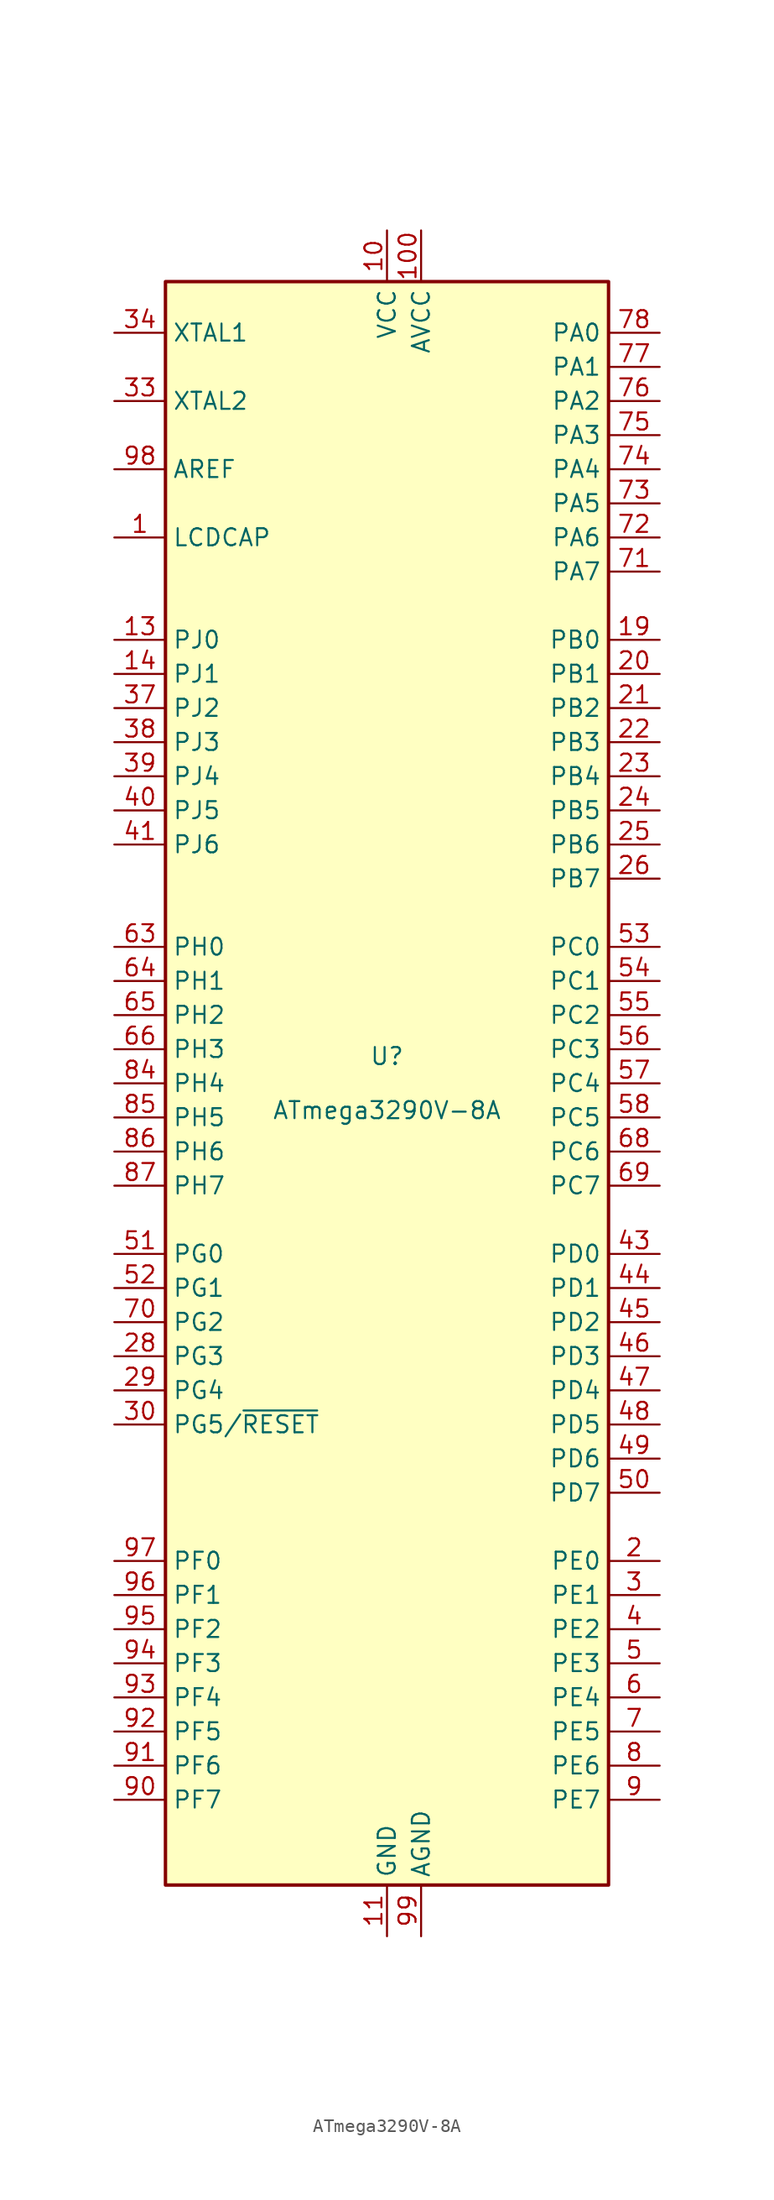
<source format=kicad_sym>
(kicad_symbol_lib
  (version 20201005)
  (generator kicad_symbol_editor)
  (symbol "ATmega3290V-8A"
    (property "Reference" "U"
      (at 0 1.27 0)
      (effects (font (size 1.27 1.27)) (justify bottom)))
    (property "Value" "ATmega3290V-8A"
      (at 0 -1.27 0)
      (effects (font (size 1.27 1.27)) (justify top)))
    (symbol "ATmega3290V-8A_0_1"
      (rectangle (start -16.51 -59.69) (end 16.51 59.69) (stroke (width 0.254)) (fill (type background))))
    (symbol "ATmega3290V-8A_1_1"
      (pin passive line (at -20.32 40.64 0) (length 3.81) (name "LCDCAP" (effects (font (size 1.27 1.27)))) (number "1" (effects (font (size 1.27 1.27)))))
      (pin power_in line (at 0 63.5 270) (length 3.81) (name "VCC" (effects (font (size 1.27 1.27)))) (number "10" (effects (font (size 1.27 1.27)))))
      (pin power_in line (at 2.54 63.5 270) (length 3.81) (name "AVCC" (effects (font (size 1.27 1.27)))) (number "100" (effects (font (size 1.27 1.27)))))
      (pin power_in line (at 0 -63.5 90) (length 3.81) (name "GND" (effects (font (size 1.27 1.27)))) (number "11" (effects (font (size 1.27 1.27)))))
      (pin no_connect line (at -15.24 38.1 0) (length 2.54) hide (name "NC" (effects (font (size 1.27 1.27)))) (number "12" (effects (font (size 1.27 1.27)))))
      (pin bidirectional line (at -20.32 33.02 0) (length 3.81) (name "PJ0" (effects (font (size 1.27 1.27)))) (number "13" (effects (font (size 1.27 1.27)))))
      (pin bidirectional line (at -20.32 30.48 0) (length 3.81) (name "PJ1" (effects (font (size 1.27 1.27)))) (number "14" (effects (font (size 1.27 1.27)))))
      (pin no_connect line (at -15.24 35.56 0) (length 2.54) hide (name "NC" (effects (font (size 1.27 1.27)))) (number "15" (effects (font (size 1.27 1.27)))))
      (pin no_connect line (at -15.24 15.24 0) (length 2.54) hide (name "NC" (effects (font (size 1.27 1.27)))) (number "16" (effects (font (size 1.27 1.27)))))
      (pin no_connect line (at -15.24 12.7 0) (length 2.54) hide (name "NC" (effects (font (size 1.27 1.27)))) (number "17" (effects (font (size 1.27 1.27)))))
      (pin no_connect line (at -15.24 -10.16 0) (length 2.54) hide (name "NC" (effects (font (size 1.27 1.27)))) (number "18" (effects (font (size 1.27 1.27)))))
      (pin bidirectional line (at 20.32 33.02 180) (length 3.81) (name "PB0" (effects (font (size 1.27 1.27)))) (number "19" (effects (font (size 1.27 1.27)))))
      (pin bidirectional line (at 20.32 -35.56 180) (length 3.81) (name "PE0" (effects (font (size 1.27 1.27)))) (number "2" (effects (font (size 1.27 1.27)))))
      (pin bidirectional line (at 20.32 30.48 180) (length 3.81) (name "PB1" (effects (font (size 1.27 1.27)))) (number "20" (effects (font (size 1.27 1.27)))))
      (pin bidirectional line (at 20.32 27.94 180) (length 3.81) (name "PB2" (effects (font (size 1.27 1.27)))) (number "21" (effects (font (size 1.27 1.27)))))
      (pin bidirectional line (at 20.32 25.4 180) (length 3.81) (name "PB3" (effects (font (size 1.27 1.27)))) (number "22" (effects (font (size 1.27 1.27)))))
      (pin bidirectional line (at 20.32 22.86 180) (length 3.81) (name "PB4" (effects (font (size 1.27 1.27)))) (number "23" (effects (font (size 1.27 1.27)))))
      (pin bidirectional line (at 20.32 20.32 180) (length 3.81) (name "PB5" (effects (font (size 1.27 1.27)))) (number "24" (effects (font (size 1.27 1.27)))))
      (pin bidirectional line (at 20.32 17.78 180) (length 3.81) (name "PB6" (effects (font (size 1.27 1.27)))) (number "25" (effects (font (size 1.27 1.27)))))
      (pin bidirectional line (at 20.32 15.24 180) (length 3.81) (name "PB7" (effects (font (size 1.27 1.27)))) (number "26" (effects (font (size 1.27 1.27)))))
      (pin no_connect line (at -15.24 -27.94 0) (length 2.54) hide (name "NC" (effects (font (size 1.27 1.27)))) (number "27" (effects (font (size 1.27 1.27)))))
      (pin bidirectional line (at -20.32 -20.32 0) (length 3.81) (name "PG3" (effects (font (size 1.27 1.27)))) (number "28" (effects (font (size 1.27 1.27)))))
      (pin bidirectional line (at -20.32 -22.86 0) (length 3.81) (name "PG4" (effects (font (size 1.27 1.27)))) (number "29" (effects (font (size 1.27 1.27)))))
      (pin bidirectional line (at 20.32 -38.1 180) (length 3.81) (name "PE1" (effects (font (size 1.27 1.27)))) (number "3" (effects (font (size 1.27 1.27)))))
      (pin bidirectional line (at -20.32 -25.4 0) (length 3.81) (name "PG5/~RESET" (effects (font (size 1.27 1.27)))) (number "30" (effects (font (size 1.27 1.27)))))
      (pin passive line (at 0 63.5 270) (length 3.81) hide (name "VCC" (effects (font (size 1.27 1.27)))) (number "31" (effects (font (size 1.27 1.27)))))
      (pin passive line (at 0 -63.5 90) (length 3.81) hide (name "GND" (effects (font (size 1.27 1.27)))) (number "32" (effects (font (size 1.27 1.27)))))
      (pin output line (at -20.32 50.8 0) (length 3.81) (name "XTAL2" (effects (font (size 1.27 1.27)))) (number "33" (effects (font (size 1.27 1.27)))))
      (pin input line (at -20.32 55.88 0) (length 3.81) (name "XTAL1" (effects (font (size 1.27 1.27)))) (number "34" (effects (font (size 1.27 1.27)))))
      (pin no_connect line (at -15.24 -30.48 0) (length 2.54) hide (name "NC" (effects (font (size 1.27 1.27)))) (number "35" (effects (font (size 1.27 1.27)))))
      (pin no_connect line (at -15.24 -33.02 0) (length 2.54) hide (name "NC" (effects (font (size 1.27 1.27)))) (number "36" (effects (font (size 1.27 1.27)))))
      (pin bidirectional line (at -20.32 27.94 0) (length 3.81) (name "PJ2" (effects (font (size 1.27 1.27)))) (number "37" (effects (font (size 1.27 1.27)))))
      (pin bidirectional line (at -20.32 25.4 0) (length 3.81) (name "PJ3" (effects (font (size 1.27 1.27)))) (number "38" (effects (font (size 1.27 1.27)))))
      (pin bidirectional line (at -20.32 22.86 0) (length 3.81) (name "PJ4" (effects (font (size 1.27 1.27)))) (number "39" (effects (font (size 1.27 1.27)))))
      (pin bidirectional line (at 20.32 -40.64 180) (length 3.81) (name "PE2" (effects (font (size 1.27 1.27)))) (number "4" (effects (font (size 1.27 1.27)))))
      (pin bidirectional line (at -20.32 20.32 0) (length 3.81) (name "PJ5" (effects (font (size 1.27 1.27)))) (number "40" (effects (font (size 1.27 1.27)))))
      (pin bidirectional line (at -20.32 17.78 0) (length 3.81) (name "PJ6" (effects (font (size 1.27 1.27)))) (number "41" (effects (font (size 1.27 1.27)))))
      (pin no_connect line (at -15.24 -58.42 90) (length 2.54) hide (name "NC" (effects (font (size 1.27 1.27)))) (number "42" (effects (font (size 1.27 1.27)))))
      (pin bidirectional line (at 20.32 -12.7 180) (length 3.81) (name "PD0" (effects (font (size 1.27 1.27)))) (number "43" (effects (font (size 1.27 1.27)))))
      (pin bidirectional line (at 20.32 -15.24 180) (length 3.81) (name "PD1" (effects (font (size 1.27 1.27)))) (number "44" (effects (font (size 1.27 1.27)))))
      (pin bidirectional line (at 20.32 -17.78 180) (length 3.81) (name "PD2" (effects (font (size 1.27 1.27)))) (number "45" (effects (font (size 1.27 1.27)))))
      (pin bidirectional line (at 20.32 -20.32 180) (length 3.81) (name "PD3" (effects (font (size 1.27 1.27)))) (number "46" (effects (font (size 1.27 1.27)))))
      (pin bidirectional line (at 20.32 -22.86 180) (length 3.81) (name "PD4" (effects (font (size 1.27 1.27)))) (number "47" (effects (font (size 1.27 1.27)))))
      (pin bidirectional line (at 20.32 -25.4 180) (length 3.81) (name "PD5" (effects (font (size 1.27 1.27)))) (number "48" (effects (font (size 1.27 1.27)))))
      (pin bidirectional line (at 20.32 -27.94 180) (length 3.81) (name "PD6" (effects (font (size 1.27 1.27)))) (number "49" (effects (font (size 1.27 1.27)))))
      (pin bidirectional line (at 20.32 -43.18 180) (length 3.81) (name "PE3" (effects (font (size 1.27 1.27)))) (number "5" (effects (font (size 1.27 1.27)))))
      (pin bidirectional line (at 20.32 -30.48 180) (length 3.81) (name "PD7" (effects (font (size 1.27 1.27)))) (number "50" (effects (font (size 1.27 1.27)))))
      (pin bidirectional line (at -20.32 -12.7 0) (length 3.81) (name "PG0" (effects (font (size 1.27 1.27)))) (number "51" (effects (font (size 1.27 1.27)))))
      (pin bidirectional line (at -20.32 -15.24 0) (length 3.81) (name "PG1" (effects (font (size 1.27 1.27)))) (number "52" (effects (font (size 1.27 1.27)))))
      (pin bidirectional line (at 20.32 10.16 180) (length 3.81) (name "PC0" (effects (font (size 1.27 1.27)))) (number "53" (effects (font (size 1.27 1.27)))))
      (pin bidirectional line (at 20.32 7.62 180) (length 3.81) (name "PC1" (effects (font (size 1.27 1.27)))) (number "54" (effects (font (size 1.27 1.27)))))
      (pin bidirectional line (at 20.32 5.08 180) (length 3.81) (name "PC2" (effects (font (size 1.27 1.27)))) (number "55" (effects (font (size 1.27 1.27)))))
      (pin bidirectional line (at 20.32 2.54 180) (length 3.81) (name "PC3" (effects (font (size 1.27 1.27)))) (number "56" (effects (font (size 1.27 1.27)))))
      (pin bidirectional line (at 20.32 0 180) (length 3.81) (name "PC4" (effects (font (size 1.27 1.27)))) (number "57" (effects (font (size 1.27 1.27)))))
      (pin bidirectional line (at 20.32 -2.54 180) (length 3.81) (name "PC5" (effects (font (size 1.27 1.27)))) (number "58" (effects (font (size 1.27 1.27)))))
      (pin no_connect line (at -12.7 -58.42 90) (length 2.54) hide (name "NC" (effects (font (size 1.27 1.27)))) (number "59" (effects (font (size 1.27 1.27)))))
      (pin bidirectional line (at 20.32 -45.72 180) (length 3.81) (name "PE4" (effects (font (size 1.27 1.27)))) (number "6" (effects (font (size 1.27 1.27)))))
      (pin no_connect line (at -10.16 -58.42 90) (length 2.54) hide (name "NC" (effects (font (size 1.27 1.27)))) (number "60" (effects (font (size 1.27 1.27)))))
      (pin no_connect line (at -7.62 -58.42 90) (length 2.54) hide (name "NC" (effects (font (size 1.27 1.27)))) (number "61" (effects (font (size 1.27 1.27)))))
      (pin no_connect line (at -5.08 -58.42 90) (length 2.54) hide (name "NC" (effects (font (size 1.27 1.27)))) (number "62" (effects (font (size 1.27 1.27)))))
      (pin bidirectional line (at -20.32 10.16 0) (length 3.81) (name "PH0" (effects (font (size 1.27 1.27)))) (number "63" (effects (font (size 1.27 1.27)))))
      (pin bidirectional line (at -20.32 7.62 0) (length 3.81) (name "PH1" (effects (font (size 1.27 1.27)))) (number "64" (effects (font (size 1.27 1.27)))))
      (pin bidirectional line (at -20.32 5.08 0) (length 3.81) (name "PH2" (effects (font (size 1.27 1.27)))) (number "65" (effects (font (size 1.27 1.27)))))
      (pin bidirectional line (at -20.32 2.54 0) (length 3.81) (name "PH3" (effects (font (size 1.27 1.27)))) (number "66" (effects (font (size 1.27 1.27)))))
      (pin no_connect line (at -2.54 -58.42 90) (length 2.54) hide (name "NC" (effects (font (size 1.27 1.27)))) (number "67" (effects (font (size 1.27 1.27)))))
      (pin bidirectional line (at 20.32 -5.08 180) (length 3.81) (name "PC6" (effects (font (size 1.27 1.27)))) (number "68" (effects (font (size 1.27 1.27)))))
      (pin bidirectional line (at 20.32 -7.62 180) (length 3.81) (name "PC7" (effects (font (size 1.27 1.27)))) (number "69" (effects (font (size 1.27 1.27)))))
      (pin bidirectional line (at 20.32 -48.26 180) (length 3.81) (name "PE5" (effects (font (size 1.27 1.27)))) (number "7" (effects (font (size 1.27 1.27)))))
      (pin bidirectional line (at -20.32 -17.78 0) (length 3.81) (name "PG2" (effects (font (size 1.27 1.27)))) (number "70" (effects (font (size 1.27 1.27)))))
      (pin bidirectional line (at 20.32 38.1 180) (length 3.81) (name "PA7" (effects (font (size 1.27 1.27)))) (number "71" (effects (font (size 1.27 1.27)))))
      (pin bidirectional line (at 20.32 40.64 180) (length 3.81) (name "PA6" (effects (font (size 1.27 1.27)))) (number "72" (effects (font (size 1.27 1.27)))))
      (pin bidirectional line (at 20.32 43.18 180) (length 3.81) (name "PA5" (effects (font (size 1.27 1.27)))) (number "73" (effects (font (size 1.27 1.27)))))
      (pin bidirectional line (at 20.32 45.72 180) (length 3.81) (name "PA4" (effects (font (size 1.27 1.27)))) (number "74" (effects (font (size 1.27 1.27)))))
      (pin bidirectional line (at 20.32 48.26 180) (length 3.81) (name "PA3" (effects (font (size 1.27 1.27)))) (number "75" (effects (font (size 1.27 1.27)))))
      (pin bidirectional line (at 20.32 50.8 180) (length 3.81) (name "PA2" (effects (font (size 1.27 1.27)))) (number "76" (effects (font (size 1.27 1.27)))))
      (pin bidirectional line (at 20.32 53.34 180) (length 3.81) (name "PA1" (effects (font (size 1.27 1.27)))) (number "77" (effects (font (size 1.27 1.27)))))
      (pin bidirectional line (at 20.32 55.88 180) (length 3.81) (name "PA0" (effects (font (size 1.27 1.27)))) (number "78" (effects (font (size 1.27 1.27)))))
      (pin no_connect line (at 5.08 -58.42 90) (length 2.54) hide (name "NC" (effects (font (size 1.27 1.27)))) (number "79" (effects (font (size 1.27 1.27)))))
      (pin bidirectional line (at 20.32 -50.8 180) (length 3.81) (name "PE6" (effects (font (size 1.27 1.27)))) (number "8" (effects (font (size 1.27 1.27)))))
      (pin passive line (at 0 63.5 270) (length 3.81) hide (name "VCC" (effects (font (size 1.27 1.27)))) (number "80" (effects (font (size 1.27 1.27)))))
      (pin passive line (at 0 -63.5 90) (length 3.81) hide (name "GND" (effects (font (size 1.27 1.27)))) (number "81" (effects (font (size 1.27 1.27)))))
      (pin no_connect line (at 7.62 -58.42 90) (length 2.54) hide (name "NC" (effects (font (size 1.27 1.27)))) (number "82" (effects (font (size 1.27 1.27)))))
      (pin no_connect line (at 10.16 -58.42 90) (length 2.54) hide (name "NC" (effects (font (size 1.27 1.27)))) (number "83" (effects (font (size 1.27 1.27)))))
      (pin bidirectional line (at -20.32 0 0) (length 3.81) (name "PH4" (effects (font (size 1.27 1.27)))) (number "84" (effects (font (size 1.27 1.27)))))
      (pin bidirectional line (at -20.32 -2.54 0) (length 3.81) (name "PH5" (effects (font (size 1.27 1.27)))) (number "85" (effects (font (size 1.27 1.27)))))
      (pin bidirectional line (at -20.32 -5.08 0) (length 3.81) (name "PH6" (effects (font (size 1.27 1.27)))) (number "86" (effects (font (size 1.27 1.27)))))
      (pin bidirectional line (at -20.32 -7.62 0) (length 3.81) (name "PH7" (effects (font (size 1.27 1.27)))) (number "87" (effects (font (size 1.27 1.27)))))
      (pin no_connect line (at 12.7 -58.42 90) (length 2.54) hide (name "NC" (effects (font (size 1.27 1.27)))) (number "88" (effects (font (size 1.27 1.27)))))
      (pin no_connect line (at 15.24 -58.42 90) (length 2.54) hide (name "NC" (effects (font (size 1.27 1.27)))) (number "89" (effects (font (size 1.27 1.27)))))
      (pin bidirectional line (at 20.32 -53.34 180) (length 3.81) (name "PE7" (effects (font (size 1.27 1.27)))) (number "9" (effects (font (size 1.27 1.27)))))
      (pin bidirectional line (at -20.32 -53.34 0) (length 3.81) (name "PF7" (effects (font (size 1.27 1.27)))) (number "90" (effects (font (size 1.27 1.27)))))
      (pin bidirectional line (at -20.32 -50.8 0) (length 3.81) (name "PF6" (effects (font (size 1.27 1.27)))) (number "91" (effects (font (size 1.27 1.27)))))
      (pin bidirectional line (at -20.32 -48.26 0) (length 3.81) (name "PF5" (effects (font (size 1.27 1.27)))) (number "92" (effects (font (size 1.27 1.27)))))
      (pin bidirectional line (at -20.32 -45.72 0) (length 3.81) (name "PF4" (effects (font (size 1.27 1.27)))) (number "93" (effects (font (size 1.27 1.27)))))
      (pin bidirectional line (at -20.32 -43.18 0) (length 3.81) (name "PF3" (effects (font (size 1.27 1.27)))) (number "94" (effects (font (size 1.27 1.27)))))
      (pin bidirectional line (at -20.32 -40.64 0) (length 3.81) (name "PF2" (effects (font (size 1.27 1.27)))) (number "95" (effects (font (size 1.27 1.27)))))
      (pin bidirectional line (at -20.32 -38.1 0) (length 3.81) (name "PF1" (effects (font (size 1.27 1.27)))) (number "96" (effects (font (size 1.27 1.27)))))
      (pin bidirectional line (at -20.32 -35.56 0) (length 3.81) (name "PF0" (effects (font (size 1.27 1.27)))) (number "97" (effects (font (size 1.27 1.27)))))
      (pin passive line (at -20.32 45.72 0) (length 3.81) (name "AREF" (effects (font (size 1.27 1.27)))) (number "98" (effects (font (size 1.27 1.27)))))
      (pin power_in line (at 2.54 -63.5 90) (length 3.81) (name "AGND" (effects (font (size 1.27 1.27)))) (number "99" (effects (font (size 1.27 1.27))))))))
</source>
